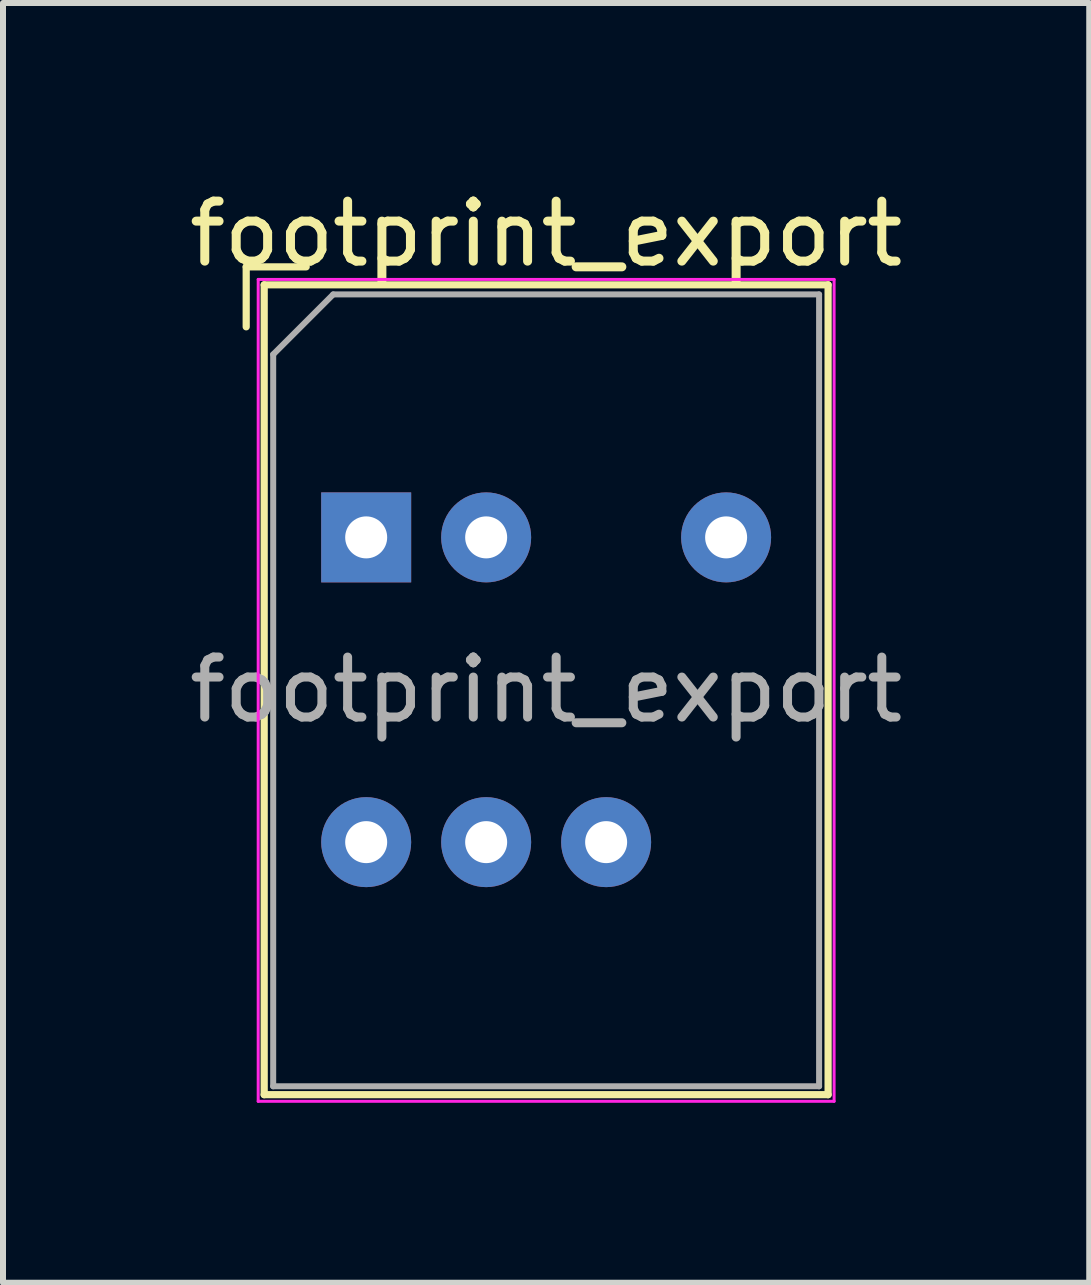
<source format=kicad_pcb>
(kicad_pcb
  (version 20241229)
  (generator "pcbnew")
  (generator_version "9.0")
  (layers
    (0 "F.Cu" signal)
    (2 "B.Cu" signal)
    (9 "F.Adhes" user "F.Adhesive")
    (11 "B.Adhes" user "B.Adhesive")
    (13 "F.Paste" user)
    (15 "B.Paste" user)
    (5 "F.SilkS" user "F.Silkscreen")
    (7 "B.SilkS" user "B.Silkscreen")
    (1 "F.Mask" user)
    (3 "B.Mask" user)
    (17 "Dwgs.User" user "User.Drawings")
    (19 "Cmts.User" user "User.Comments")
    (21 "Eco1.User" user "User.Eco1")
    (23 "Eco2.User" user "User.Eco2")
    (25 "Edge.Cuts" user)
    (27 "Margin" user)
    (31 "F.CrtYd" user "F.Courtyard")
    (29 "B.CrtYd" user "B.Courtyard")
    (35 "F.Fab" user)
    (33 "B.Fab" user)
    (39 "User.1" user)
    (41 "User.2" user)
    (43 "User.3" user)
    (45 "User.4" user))
  (footprint "footprint_export"
    (layer "F.Cu")
    (at 3.054 5.908)
    (property "Reference" "footprint_export" (at 3 -5.06 0) (layer "F.SilkS") (effects (font (size 1 1) (thickness 0.15))))
    (attr through_hole)
    (fp_line (start -2 -4.51) (end -1 -4.51) (stroke (width 0.12) (type solid)) (layer "F.SilkS"))
    (fp_line (start -2 -3.51) (end -2 -4.51) (stroke (width 0.12) (type solid)) (layer "F.SilkS"))
    (fp_line (start -1.7 -4.21) (end 7.7 -4.21) (stroke (width 0.12) (type solid)) (layer "F.SilkS"))
    (fp_line (start -1.7 9.29) (end -1.7 -4.21) (stroke (width 0.12) (type solid)) (layer "F.SilkS"))
    (fp_line (start -1.7 9.29) (end 7.7 9.29) (stroke (width 0.12) (type solid)) (layer "F.SilkS"))
    (fp_line (start 7.7 -4.21) (end 7.7 9.29) (stroke (width 0.12) (type solid)) (layer "F.SilkS"))
    (fp_line (start -1.8 -4.3) (end 7.8 -4.3) (stroke (width 0.05) (type solid)) (layer "F.CrtYd"))
    (fp_line (start -1.8 9.4) (end -1.8 -4.3) (stroke (width 0.05) (type solid)) (layer "F.CrtYd"))
    (fp_line (start 7.8 -4.3) (end 7.8 9.4) (stroke (width 0.05) (type solid)) (layer "F.CrtYd"))
    (fp_line (start 7.8 9.4) (end -1.8 9.4) (stroke (width 0.05) (type solid)) (layer "F.CrtYd"))
    (fp_line (start -1.55 9.15) (end -1.55 -3.05) (stroke (width 0.1) (type solid)) (layer "F.Fab"))
    (fp_line (start -0.55 -4.05) (end -1.55 -3.05) (stroke (width 0.1) (type solid)) (layer "F.Fab"))
    (fp_line (start -0.55 -4.05) (end 7.55 -4.05) (stroke (width 0.1) (type solid)) (layer "F.Fab"))
    (fp_line (start 7.55 -4.05) (end 7.55 9.15) (stroke (width 0.1) (type solid)) (layer "F.Fab"))
    (fp_line (start 7.55 9.15) (end -1.55 9.15) (stroke (width 0.1) (type solid)) (layer "F.Fab"))
    (fp_text user "${REFERENCE}" (at 3 2.54 0) (layer "F.Fab") (effects (font (size 1 1) (thickness 0.15))))
    (pad "1" thru_hole rect (at 0 0) (size 1.5 1.5) (drill 0.7) (layers "*.Cu" "*.Mask"))
    (pad "2" thru_hole circle (at 2 0) (size 1.5 1.5) (drill 0.7) (layers "*.Cu" "*.Mask"))
    (pad "4" thru_hole circle (at 6 0) (size 1.5 1.5) (drill 0.7) (layers "*.Cu" "*.Mask"))
    (pad "5" thru_hole circle (at 0 5.08) (size 1.5 1.5) (drill 0.7) (layers "*.Cu" "*.Mask"))
    (pad "6" thru_hole circle (at 2 5.08) (size 1.5 1.5) (drill 0.7) (layers "*.Cu" "*.Mask"))
    (pad "7" thru_hole circle (at 4 5.08) (size 1.5 1.5) (drill 0.7) (layers "*.Cu" "*.Mask")))
  (gr_rect
    (start -3 -3)
    (end 15.107 18.333)
    (stroke (width 0.1) (type default))
    (fill no)
    (layer "Edge.Cuts")))
</source>
